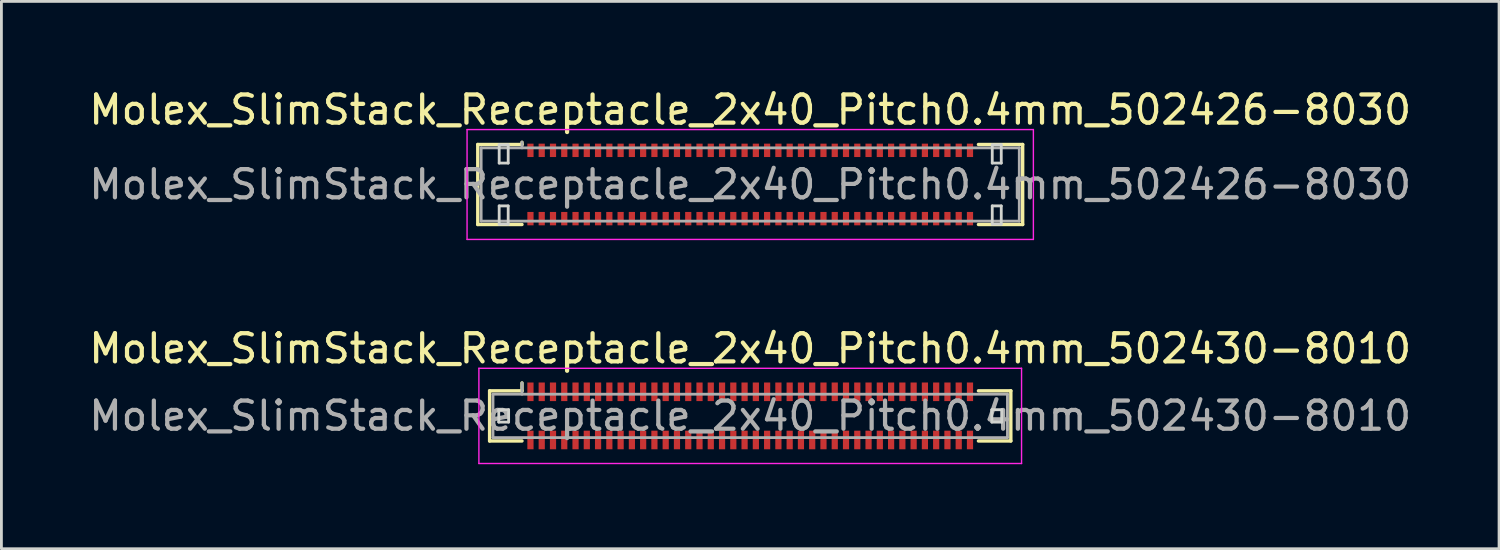
<source format=kicad_pcb>
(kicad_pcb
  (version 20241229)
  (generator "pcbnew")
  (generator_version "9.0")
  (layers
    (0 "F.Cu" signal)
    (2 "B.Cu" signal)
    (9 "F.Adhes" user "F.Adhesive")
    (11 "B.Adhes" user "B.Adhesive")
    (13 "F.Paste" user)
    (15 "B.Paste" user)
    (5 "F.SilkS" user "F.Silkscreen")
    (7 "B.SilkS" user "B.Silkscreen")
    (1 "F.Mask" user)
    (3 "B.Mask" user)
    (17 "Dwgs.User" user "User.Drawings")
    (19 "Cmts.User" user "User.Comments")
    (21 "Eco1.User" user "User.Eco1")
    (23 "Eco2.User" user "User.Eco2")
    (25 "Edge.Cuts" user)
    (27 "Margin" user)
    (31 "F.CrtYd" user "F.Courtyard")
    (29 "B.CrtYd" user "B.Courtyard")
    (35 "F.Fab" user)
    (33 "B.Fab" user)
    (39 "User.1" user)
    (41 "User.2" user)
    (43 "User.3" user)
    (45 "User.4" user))
  (footprint "Molex_SlimStack_Receptacle_2x40_Pitch0.4mm_502430-8010"
    (layer "F.Cu")
    (at 23.577 11.711)
    (property "Reference" "Molex_SlimStack_Receptacle_2x40_Pitch0.4mm_502430-8010" (at 0 -2.39 0) (layer "F.SilkS") (effects (font (size 1 1) (thickness 0.15))))
    (attr smd)
    (fp_line (start -9.25 -0.89) (end -8.1 -0.89) (stroke (width 0.12) (type solid)) (layer "F.SilkS"))
    (fp_line (start -9.25 0.89) (end -9.25 -0.89) (stroke (width 0.12) (type solid)) (layer "F.SilkS"))
    (fp_line (start -8.1 -0.89) (end -8.1 -1.17) (stroke (width 0.12) (type solid)) (layer "F.SilkS"))
    (fp_line (start -8.1 0.89) (end -9.25 0.89) (stroke (width 0.12) (type solid)) (layer "F.SilkS"))
    (fp_line (start 8.1 0.89) (end 9.25 0.89) (stroke (width 0.12) (type solid)) (layer "F.SilkS"))
    (fp_line (start 9.25 -0.89) (end 8.1 -0.89) (stroke (width 0.12) (type solid)) (layer "F.SilkS"))
    (fp_line (start 9.25 0.89) (end 9.25 -0.89) (stroke (width 0.12) (type solid)) (layer "F.SilkS"))
    (fp_line (start -8.925 -0.22) (end -8.925 0.22) (stroke (width 0.1) (type solid)) (layer "Edge.Cuts"))
    (fp_line (start -8.925 0.22) (end -8.575 0.22) (stroke (width 0.1) (type solid)) (layer "Edge.Cuts"))
    (fp_line (start -8.575 -0.22) (end -8.925 -0.22) (stroke (width 0.1) (type solid)) (layer "Edge.Cuts"))
    (fp_line (start -8.575 0.22) (end -8.575 -0.22) (stroke (width 0.1) (type solid)) (layer "Edge.Cuts"))
    (fp_line (start 8.575 -0.22) (end 8.575 0.22) (stroke (width 0.1) (type solid)) (layer "Edge.Cuts"))
    (fp_line (start 8.575 0.22) (end 8.925 0.22) (stroke (width 0.1) (type solid)) (layer "Edge.Cuts"))
    (fp_line (start 8.925 -0.22) (end 8.575 -0.22) (stroke (width 0.1) (type solid)) (layer "Edge.Cuts"))
    (fp_line (start 8.925 0.22) (end 8.925 -0.22) (stroke (width 0.1) (type solid)) (layer "Edge.Cuts"))
    (fp_line (start -9.63 -1.69) (end -9.63 1.69) (stroke (width 0.05) (type solid)) (layer "F.CrtYd"))
    (fp_line (start -9.63 1.69) (end 9.63 1.69) (stroke (width 0.05) (type solid)) (layer "F.CrtYd"))
    (fp_line (start 9.63 -1.69) (end -9.63 -1.69) (stroke (width 0.05) (type solid)) (layer "F.CrtYd"))
    (fp_line (start 9.63 1.69) (end 9.63 -1.69) (stroke (width 0.05) (type solid)) (layer "F.CrtYd"))
    (fp_line (start -9.13 -0.77) (end -9.13 0.77) (stroke (width 0.1) (type solid)) (layer "F.Fab"))
    (fp_line (start -9.13 0.77) (end 9.13 0.77) (stroke (width 0.1) (type solid)) (layer "F.Fab"))
    (fp_line (start -8.1 -0.77) (end -8.1 -1.17) (stroke (width 0.1) (type solid)) (layer "F.Fab"))
    (fp_line (start 9.13 -0.77) (end -9.13 -0.77) (stroke (width 0.1) (type solid)) (layer "F.Fab"))
    (fp_line (start 9.13 0.77) (end 9.13 -0.77) (stroke (width 0.1) (type solid)) (layer "F.Fab"))
    (fp_text user "${REFERENCE}" (at 0 0 0) (layer "F.Fab") (effects (font (size 1 1) (thickness 0.15))))
    (pad "1" smd rect (at -7.8 -0.855) (size 0.22 0.66) (layers "F.Cu" "F.Mask" "F.Paste"))
    (pad "2" smd rect (at -7.8 0.855) (size 0.22 0.66) (layers "F.Cu" "F.Mask" "F.Paste"))
    (pad "3" smd rect (at -7.4 -0.855) (size 0.22 0.66) (layers "F.Cu" "F.Mask" "F.Paste"))
    (pad "4" smd rect (at -7.4 0.855) (size 0.22 0.66) (layers "F.Cu" "F.Mask" "F.Paste"))
    (pad "5" smd rect (at -7 -0.855) (size 0.22 0.66) (layers "F.Cu" "F.Mask" "F.Paste"))
    (pad "6" smd rect (at -7 0.855) (size 0.22 0.66) (layers "F.Cu" "F.Mask" "F.Paste"))
    (pad "7" smd rect (at -6.6 -0.855) (size 0.22 0.66) (layers "F.Cu" "F.Mask" "F.Paste"))
    (pad "8" smd rect (at -6.6 0.855) (size 0.22 0.66) (layers "F.Cu" "F.Mask" "F.Paste"))
    (pad "9" smd rect (at -6.2 -0.855) (size 0.22 0.66) (layers "F.Cu" "F.Mask" "F.Paste"))
    (pad "10" smd rect (at -6.2 0.855) (size 0.22 0.66) (layers "F.Cu" "F.Mask" "F.Paste"))
    (pad "11" smd rect (at -5.8 -0.855) (size 0.22 0.66) (layers "F.Cu" "F.Mask" "F.Paste"))
    (pad "12" smd rect (at -5.8 0.855) (size 0.22 0.66) (layers "F.Cu" "F.Mask" "F.Paste"))
    (pad "13" smd rect (at -5.4 -0.855) (size 0.22 0.66) (layers "F.Cu" "F.Mask" "F.Paste"))
    (pad "14" smd rect (at -5.4 0.855) (size 0.22 0.66) (layers "F.Cu" "F.Mask" "F.Paste"))
    (pad "15" smd rect (at -5 -0.855) (size 0.22 0.66) (layers "F.Cu" "F.Mask" "F.Paste"))
    (pad "16" smd rect (at -5 0.855) (size 0.22 0.66) (layers "F.Cu" "F.Mask" "F.Paste"))
    (pad "17" smd rect (at -4.6 -0.855) (size 0.22 0.66) (layers "F.Cu" "F.Mask" "F.Paste"))
    (pad "18" smd rect (at -4.6 0.855) (size 0.22 0.66) (layers "F.Cu" "F.Mask" "F.Paste"))
    (pad "19" smd rect (at -4.2 -0.855) (size 0.22 0.66) (layers "F.Cu" "F.Mask" "F.Paste"))
    (pad "20" smd rect (at -4.2 0.855) (size 0.22 0.66) (layers "F.Cu" "F.Mask" "F.Paste"))
    (pad "21" smd rect (at -3.8 -0.855) (size 0.22 0.66) (layers "F.Cu" "F.Mask" "F.Paste"))
    (pad "22" smd rect (at -3.8 0.855) (size 0.22 0.66) (layers "F.Cu" "F.Mask" "F.Paste"))
    (pad "23" smd rect (at -3.4 -0.855) (size 0.22 0.66) (layers "F.Cu" "F.Mask" "F.Paste"))
    (pad "24" smd rect (at -3.4 0.855) (size 0.22 0.66) (layers "F.Cu" "F.Mask" "F.Paste"))
    (pad "25" smd rect (at -3 -0.855) (size 0.22 0.66) (layers "F.Cu" "F.Mask" "F.Paste"))
    (pad "26" smd rect (at -3 0.855) (size 0.22 0.66) (layers "F.Cu" "F.Mask" "F.Paste"))
    (pad "27" smd rect (at -2.6 -0.855) (size 0.22 0.66) (layers "F.Cu" "F.Mask" "F.Paste"))
    (pad "28" smd rect (at -2.6 0.855) (size 0.22 0.66) (layers "F.Cu" "F.Mask" "F.Paste"))
    (pad "29" smd rect (at -2.2 -0.855) (size 0.22 0.66) (layers "F.Cu" "F.Mask" "F.Paste"))
    (pad "30" smd rect (at -2.2 0.855) (size 0.22 0.66) (layers "F.Cu" "F.Mask" "F.Paste"))
    (pad "31" smd rect (at -1.8 -0.855) (size 0.22 0.66) (layers "F.Cu" "F.Mask" "F.Paste"))
    (pad "32" smd rect (at -1.8 0.855) (size 0.22 0.66) (layers "F.Cu" "F.Mask" "F.Paste"))
    (pad "33" smd rect (at -1.4 -0.855) (size 0.22 0.66) (layers "F.Cu" "F.Mask" "F.Paste"))
    (pad "34" smd rect (at -1.4 0.855) (size 0.22 0.66) (layers "F.Cu" "F.Mask" "F.Paste"))
    (pad "35" smd rect (at -1 -0.855) (size 0.22 0.66) (layers "F.Cu" "F.Mask" "F.Paste"))
    (pad "36" smd rect (at -1 0.855) (size 0.22 0.66) (layers "F.Cu" "F.Mask" "F.Paste"))
    (pad "37" smd rect (at -0.6 -0.855) (size 0.22 0.66) (layers "F.Cu" "F.Mask" "F.Paste"))
    (pad "38" smd rect (at -0.6 0.855) (size 0.22 0.66) (layers "F.Cu" "F.Mask" "F.Paste"))
    (pad "39" smd rect (at -0.2 -0.855) (size 0.22 0.66) (layers "F.Cu" "F.Mask" "F.Paste"))
    (pad "40" smd rect (at -0.2 0.855) (size 0.22 0.66) (layers "F.Cu" "F.Mask" "F.Paste"))
    (pad "41" smd rect (at 0.2 -0.855) (size 0.22 0.66) (layers "F.Cu" "F.Mask" "F.Paste"))
    (pad "42" smd rect (at 0.2 0.855) (size 0.22 0.66) (layers "F.Cu" "F.Mask" "F.Paste"))
    (pad "43" smd rect (at 0.6 -0.855) (size 0.22 0.66) (layers "F.Cu" "F.Mask" "F.Paste"))
    (pad "44" smd rect (at 0.6 0.855) (size 0.22 0.66) (layers "F.Cu" "F.Mask" "F.Paste"))
    (pad "45" smd rect (at 1 -0.855) (size 0.22 0.66) (layers "F.Cu" "F.Mask" "F.Paste"))
    (pad "46" smd rect (at 1 0.855) (size 0.22 0.66) (layers "F.Cu" "F.Mask" "F.Paste"))
    (pad "47" smd rect (at 1.4 -0.855) (size 0.22 0.66) (layers "F.Cu" "F.Mask" "F.Paste"))
    (pad "48" smd rect (at 1.4 0.855) (size 0.22 0.66) (layers "F.Cu" "F.Mask" "F.Paste"))
    (pad "49" smd rect (at 1.8 -0.855) (size 0.22 0.66) (layers "F.Cu" "F.Mask" "F.Paste"))
    (pad "50" smd rect (at 1.8 0.855) (size 0.22 0.66) (layers "F.Cu" "F.Mask" "F.Paste"))
    (pad "51" smd rect (at 2.2 -0.855) (size 0.22 0.66) (layers "F.Cu" "F.Mask" "F.Paste"))
    (pad "52" smd rect (at 2.2 0.855) (size 0.22 0.66) (layers "F.Cu" "F.Mask" "F.Paste"))
    (pad "53" smd rect (at 2.6 -0.855) (size 0.22 0.66) (layers "F.Cu" "F.Mask" "F.Paste"))
    (pad "54" smd rect (at 2.6 0.855) (size 0.22 0.66) (layers "F.Cu" "F.Mask" "F.Paste"))
    (pad "55" smd rect (at 3 -0.855) (size 0.22 0.66) (layers "F.Cu" "F.Mask" "F.Paste"))
    (pad "56" smd rect (at 3 0.855) (size 0.22 0.66) (layers "F.Cu" "F.Mask" "F.Paste"))
    (pad "57" smd rect (at 3.4 -0.855) (size 0.22 0.66) (layers "F.Cu" "F.Mask" "F.Paste"))
    (pad "58" smd rect (at 3.4 0.855) (size 0.22 0.66) (layers "F.Cu" "F.Mask" "F.Paste"))
    (pad "59" smd rect (at 3.8 -0.855) (size 0.22 0.66) (layers "F.Cu" "F.Mask" "F.Paste"))
    (pad "60" smd rect (at 3.8 0.855) (size 0.22 0.66) (layers "F.Cu" "F.Mask" "F.Paste"))
    (pad "61" smd rect (at 4.2 -0.855) (size 0.22 0.66) (layers "F.Cu" "F.Mask" "F.Paste"))
    (pad "62" smd rect (at 4.2 0.855) (size 0.22 0.66) (layers "F.Cu" "F.Mask" "F.Paste"))
    (pad "63" smd rect (at 4.6 -0.855) (size 0.22 0.66) (layers "F.Cu" "F.Mask" "F.Paste"))
    (pad "64" smd rect (at 4.6 0.855) (size 0.22 0.66) (layers "F.Cu" "F.Mask" "F.Paste"))
    (pad "65" smd rect (at 5 -0.855) (size 0.22 0.66) (layers "F.Cu" "F.Mask" "F.Paste"))
    (pad "66" smd rect (at 5 0.855) (size 0.22 0.66) (layers "F.Cu" "F.Mask" "F.Paste"))
    (pad "67" smd rect (at 5.4 -0.855) (size 0.22 0.66) (layers "F.Cu" "F.Mask" "F.Paste"))
    (pad "68" smd rect (at 5.4 0.855) (size 0.22 0.66) (layers "F.Cu" "F.Mask" "F.Paste"))
    (pad "69" smd rect (at 5.8 -0.855) (size 0.22 0.66) (layers "F.Cu" "F.Mask" "F.Paste"))
    (pad "70" smd rect (at 5.8 0.855) (size 0.22 0.66) (layers "F.Cu" "F.Mask" "F.Paste"))
    (pad "71" smd rect (at 6.2 -0.855) (size 0.22 0.66) (layers "F.Cu" "F.Mask" "F.Paste"))
    (pad "72" smd rect (at 6.2 0.855) (size 0.22 0.66) (layers "F.Cu" "F.Mask" "F.Paste"))
    (pad "73" smd rect (at 6.6 -0.855) (size 0.22 0.66) (layers "F.Cu" "F.Mask" "F.Paste"))
    (pad "74" smd rect (at 6.6 0.855) (size 0.22 0.66) (layers "F.Cu" "F.Mask" "F.Paste"))
    (pad "75" smd rect (at 7 -0.855) (size 0.22 0.66) (layers "F.Cu" "F.Mask" "F.Paste"))
    (pad "76" smd rect (at 7 0.855) (size 0.22 0.66) (layers "F.Cu" "F.Mask" "F.Paste"))
    (pad "77" smd rect (at 7.4 -0.855) (size 0.22 0.66) (layers "F.Cu" "F.Mask" "F.Paste"))
    (pad "78" smd rect (at 7.4 0.855) (size 0.22 0.66) (layers "F.Cu" "F.Mask" "F.Paste"))
    (pad "79" smd rect (at 7.8 -0.855) (size 0.22 0.66) (layers "F.Cu" "F.Mask" "F.Paste"))
    (pad "80" smd rect (at 7.8 0.855) (size 0.22 0.66) (layers "F.Cu" "F.Mask" "F.Paste")))
  (footprint "Molex_SlimStack_Receptacle_2x40_Pitch0.4mm_502426-8030"
    (layer "F.Cu")
    (at 23.577 3.498)
    (property "Reference" "Molex_SlimStack_Receptacle_2x40_Pitch0.4mm_502426-8030" (at 0 -2.65 0) (layer "F.SilkS") (effects (font (size 1 1) (thickness 0.15))))
    (attr smd)
    (fp_line (start -9.67 -1.42) (end -8.1 -1.42) (stroke (width 0.12) (type solid)) (layer "F.SilkS"))
    (fp_line (start -9.67 1.42) (end -9.67 -1.42) (stroke (width 0.12) (type solid)) (layer "F.SilkS"))
    (fp_line (start -8.1 -1.42) (end -8.1 -1.5) (stroke (width 0.12) (type solid)) (layer "F.SilkS"))
    (fp_line (start -8.1 1.42) (end -9.67 1.42) (stroke (width 0.12) (type solid)) (layer "F.SilkS"))
    (fp_line (start 8.1 1.42) (end 9.67 1.42) (stroke (width 0.12) (type solid)) (layer "F.SilkS"))
    (fp_line (start 9.67 -1.42) (end 8.1 -1.42) (stroke (width 0.12) (type solid)) (layer "F.SilkS"))
    (fp_line (start 9.67 1.42) (end 9.67 -1.42) (stroke (width 0.12) (type solid)) (layer "F.SilkS"))
    (fp_line (start -8.91 -1.41) (end -8.91 -0.76) (stroke (width 0.1) (type solid)) (layer "Edge.Cuts"))
    (fp_line (start -8.91 -0.76) (end -8.59 -0.76) (stroke (width 0.1) (type solid)) (layer "Edge.Cuts"))
    (fp_line (start -8.91 0.76) (end -8.91 1.41) (stroke (width 0.1) (type solid)) (layer "Edge.Cuts"))
    (fp_line (start -8.91 1.41) (end -8.59 1.41) (stroke (width 0.1) (type solid)) (layer "Edge.Cuts"))
    (fp_line (start -8.59 -1.41) (end -8.91 -1.41) (stroke (width 0.1) (type solid)) (layer "Edge.Cuts"))
    (fp_line (start -8.59 -0.76) (end -8.59 -1.41) (stroke (width 0.1) (type solid)) (layer "Edge.Cuts"))
    (fp_line (start -8.59 0.76) (end -8.91 0.76) (stroke (width 0.1) (type solid)) (layer "Edge.Cuts"))
    (fp_line (start -8.59 1.41) (end -8.59 0.76) (stroke (width 0.1) (type solid)) (layer "Edge.Cuts"))
    (fp_line (start 8.59 -1.41) (end 8.59 -0.76) (stroke (width 0.1) (type solid)) (layer "Edge.Cuts"))
    (fp_line (start 8.59 -0.76) (end 8.91 -0.76) (stroke (width 0.1) (type solid)) (layer "Edge.Cuts"))
    (fp_line (start 8.59 0.76) (end 8.59 1.41) (stroke (width 0.1) (type solid)) (layer "Edge.Cuts"))
    (fp_line (start 8.59 1.41) (end 8.91 1.41) (stroke (width 0.1) (type solid)) (layer "Edge.Cuts"))
    (fp_line (start 8.91 -1.41) (end 8.59 -1.41) (stroke (width 0.1) (type solid)) (layer "Edge.Cuts"))
    (fp_line (start 8.91 -0.76) (end 8.91 -1.41) (stroke (width 0.1) (type solid)) (layer "Edge.Cuts"))
    (fp_line (start 8.91 0.76) (end 8.59 0.76) (stroke (width 0.1) (type solid)) (layer "Edge.Cuts"))
    (fp_line (start 8.91 1.41) (end 8.91 0.76) (stroke (width 0.1) (type solid)) (layer "Edge.Cuts"))
    (fp_line (start -10.05 -1.95) (end -10.05 1.95) (stroke (width 0.05) (type solid)) (layer "F.CrtYd"))
    (fp_line (start -10.05 1.95) (end 10.05 1.95) (stroke (width 0.05) (type solid)) (layer "F.CrtYd"))
    (fp_line (start 10.05 -1.95) (end -10.05 -1.95) (stroke (width 0.05) (type solid)) (layer "F.CrtYd"))
    (fp_line (start 10.05 1.95) (end 10.05 -1.95) (stroke (width 0.05) (type solid)) (layer "F.CrtYd"))
    (fp_line (start -9.55 -1.3) (end -9.55 1.3) (stroke (width 0.1) (type solid)) (layer "F.Fab"))
    (fp_line (start -9.55 1.3) (end 9.55 1.3) (stroke (width 0.1) (type solid)) (layer "F.Fab"))
    (fp_line (start -8.1 -1.3) (end -8.1 -1.5) (stroke (width 0.1) (type solid)) (layer "F.Fab"))
    (fp_line (start 9.55 -1.3) (end -9.55 -1.3) (stroke (width 0.1) (type solid)) (layer "F.Fab"))
    (fp_line (start 9.55 1.3) (end 9.55 -1.3) (stroke (width 0.1) (type solid)) (layer "F.Fab"))
    (fp_text user "${REFERENCE}" (at 0 0 0) (layer "F.Fab") (effects (font (size 1 1) (thickness 0.15))))
    (pad "1" smd rect (at -7.8 -1.212) (size 0.22 0.475) (layers "F.Cu" "F.Mask" "F.Paste"))
    (pad "2" smd rect (at -7.8 1.212) (size 0.22 0.475) (layers "F.Cu" "F.Mask" "F.Paste"))
    (pad "3" smd rect (at -7.4 -1.212) (size 0.22 0.475) (layers "F.Cu" "F.Mask" "F.Paste"))
    (pad "4" smd rect (at -7.4 1.212) (size 0.22 0.475) (layers "F.Cu" "F.Mask" "F.Paste"))
    (pad "5" smd rect (at -7 -1.212) (size 0.22 0.475) (layers "F.Cu" "F.Mask" "F.Paste"))
    (pad "6" smd rect (at -7 1.212) (size 0.22 0.475) (layers "F.Cu" "F.Mask" "F.Paste"))
    (pad "7" smd rect (at -6.6 -1.212) (size 0.22 0.475) (layers "F.Cu" "F.Mask" "F.Paste"))
    (pad "8" smd rect (at -6.6 1.212) (size 0.22 0.475) (layers "F.Cu" "F.Mask" "F.Paste"))
    (pad "9" smd rect (at -6.2 -1.212) (size 0.22 0.475) (layers "F.Cu" "F.Mask" "F.Paste"))
    (pad "10" smd rect (at -6.2 1.212) (size 0.22 0.475) (layers "F.Cu" "F.Mask" "F.Paste"))
    (pad "11" smd rect (at -5.8 -1.212) (size 0.22 0.475) (layers "F.Cu" "F.Mask" "F.Paste"))
    (pad "12" smd rect (at -5.8 1.212) (size 0.22 0.475) (layers "F.Cu" "F.Mask" "F.Paste"))
    (pad "13" smd rect (at -5.4 -1.212) (size 0.22 0.475) (layers "F.Cu" "F.Mask" "F.Paste"))
    (pad "14" smd rect (at -5.4 1.212) (size 0.22 0.475) (layers "F.Cu" "F.Mask" "F.Paste"))
    (pad "15" smd rect (at -5 -1.212) (size 0.22 0.475) (layers "F.Cu" "F.Mask" "F.Paste"))
    (pad "16" smd rect (at -5 1.212) (size 0.22 0.475) (layers "F.Cu" "F.Mask" "F.Paste"))
    (pad "17" smd rect (at -4.6 -1.212) (size 0.22 0.475) (layers "F.Cu" "F.Mask" "F.Paste"))
    (pad "18" smd rect (at -4.6 1.212) (size 0.22 0.475) (layers "F.Cu" "F.Mask" "F.Paste"))
    (pad "19" smd rect (at -4.2 -1.212) (size 0.22 0.475) (layers "F.Cu" "F.Mask" "F.Paste"))
    (pad "20" smd rect (at -4.2 1.212) (size 0.22 0.475) (layers "F.Cu" "F.Mask" "F.Paste"))
    (pad "21" smd rect (at -3.8 -1.212) (size 0.22 0.475) (layers "F.Cu" "F.Mask" "F.Paste"))
    (pad "22" smd rect (at -3.8 1.212) (size 0.22 0.475) (layers "F.Cu" "F.Mask" "F.Paste"))
    (pad "23" smd rect (at -3.4 -1.212) (size 0.22 0.475) (layers "F.Cu" "F.Mask" "F.Paste"))
    (pad "24" smd rect (at -3.4 1.212) (size 0.22 0.475) (layers "F.Cu" "F.Mask" "F.Paste"))
    (pad "25" smd rect (at -3 -1.212) (size 0.22 0.475) (layers "F.Cu" "F.Mask" "F.Paste"))
    (pad "26" smd rect (at -3 1.212) (size 0.22 0.475) (layers "F.Cu" "F.Mask" "F.Paste"))
    (pad "27" smd rect (at -2.6 -1.212) (size 0.22 0.475) (layers "F.Cu" "F.Mask" "F.Paste"))
    (pad "28" smd rect (at -2.6 1.212) (size 0.22 0.475) (layers "F.Cu" "F.Mask" "F.Paste"))
    (pad "29" smd rect (at -2.2 -1.212) (size 0.22 0.475) (layers "F.Cu" "F.Mask" "F.Paste"))
    (pad "30" smd rect (at -2.2 1.212) (size 0.22 0.475) (layers "F.Cu" "F.Mask" "F.Paste"))
    (pad "31" smd rect (at -1.8 -1.212) (size 0.22 0.475) (layers "F.Cu" "F.Mask" "F.Paste"))
    (pad "32" smd rect (at -1.8 1.212) (size 0.22 0.475) (layers "F.Cu" "F.Mask" "F.Paste"))
    (pad "33" smd rect (at -1.4 -1.212) (size 0.22 0.475) (layers "F.Cu" "F.Mask" "F.Paste"))
    (pad "34" smd rect (at -1.4 1.212) (size 0.22 0.475) (layers "F.Cu" "F.Mask" "F.Paste"))
    (pad "35" smd rect (at -1 -1.212) (size 0.22 0.475) (layers "F.Cu" "F.Mask" "F.Paste"))
    (pad "36" smd rect (at -1 1.212) (size 0.22 0.475) (layers "F.Cu" "F.Mask" "F.Paste"))
    (pad "37" smd rect (at -0.6 -1.212) (size 0.22 0.475) (layers "F.Cu" "F.Mask" "F.Paste"))
    (pad "38" smd rect (at -0.6 1.212) (size 0.22 0.475) (layers "F.Cu" "F.Mask" "F.Paste"))
    (pad "39" smd rect (at -0.2 -1.212) (size 0.22 0.475) (layers "F.Cu" "F.Mask" "F.Paste"))
    (pad "40" smd rect (at -0.2 1.212) (size 0.22 0.475) (layers "F.Cu" "F.Mask" "F.Paste"))
    (pad "41" smd rect (at 0.2 -1.212) (size 0.22 0.475) (layers "F.Cu" "F.Mask" "F.Paste"))
    (pad "42" smd rect (at 0.2 1.212) (size 0.22 0.475) (layers "F.Cu" "F.Mask" "F.Paste"))
    (pad "43" smd rect (at 0.6 -1.212) (size 0.22 0.475) (layers "F.Cu" "F.Mask" "F.Paste"))
    (pad "44" smd rect (at 0.6 1.212) (size 0.22 0.475) (layers "F.Cu" "F.Mask" "F.Paste"))
    (pad "45" smd rect (at 1 -1.212) (size 0.22 0.475) (layers "F.Cu" "F.Mask" "F.Paste"))
    (pad "46" smd rect (at 1 1.212) (size 0.22 0.475) (layers "F.Cu" "F.Mask" "F.Paste"))
    (pad "47" smd rect (at 1.4 -1.212) (size 0.22 0.475) (layers "F.Cu" "F.Mask" "F.Paste"))
    (pad "48" smd rect (at 1.4 1.212) (size 0.22 0.475) (layers "F.Cu" "F.Mask" "F.Paste"))
    (pad "49" smd rect (at 1.8 -1.212) (size 0.22 0.475) (layers "F.Cu" "F.Mask" "F.Paste"))
    (pad "50" smd rect (at 1.8 1.212) (size 0.22 0.475) (layers "F.Cu" "F.Mask" "F.Paste"))
    (pad "51" smd rect (at 2.2 -1.212) (size 0.22 0.475) (layers "F.Cu" "F.Mask" "F.Paste"))
    (pad "52" smd rect (at 2.2 1.212) (size 0.22 0.475) (layers "F.Cu" "F.Mask" "F.Paste"))
    (pad "53" smd rect (at 2.6 -1.212) (size 0.22 0.475) (layers "F.Cu" "F.Mask" "F.Paste"))
    (pad "54" smd rect (at 2.6 1.212) (size 0.22 0.475) (layers "F.Cu" "F.Mask" "F.Paste"))
    (pad "55" smd rect (at 3 -1.212) (size 0.22 0.475) (layers "F.Cu" "F.Mask" "F.Paste"))
    (pad "56" smd rect (at 3 1.212) (size 0.22 0.475) (layers "F.Cu" "F.Mask" "F.Paste"))
    (pad "57" smd rect (at 3.4 -1.212) (size 0.22 0.475) (layers "F.Cu" "F.Mask" "F.Paste"))
    (pad "58" smd rect (at 3.4 1.212) (size 0.22 0.475) (layers "F.Cu" "F.Mask" "F.Paste"))
    (pad "59" smd rect (at 3.8 -1.212) (size 0.22 0.475) (layers "F.Cu" "F.Mask" "F.Paste"))
    (pad "60" smd rect (at 3.8 1.212) (size 0.22 0.475) (layers "F.Cu" "F.Mask" "F.Paste"))
    (pad "61" smd rect (at 4.2 -1.212) (size 0.22 0.475) (layers "F.Cu" "F.Mask" "F.Paste"))
    (pad "62" smd rect (at 4.2 1.212) (size 0.22 0.475) (layers "F.Cu" "F.Mask" "F.Paste"))
    (pad "63" smd rect (at 4.6 -1.212) (size 0.22 0.475) (layers "F.Cu" "F.Mask" "F.Paste"))
    (pad "64" smd rect (at 4.6 1.212) (size 0.22 0.475) (layers "F.Cu" "F.Mask" "F.Paste"))
    (pad "65" smd rect (at 5 -1.212) (size 0.22 0.475) (layers "F.Cu" "F.Mask" "F.Paste"))
    (pad "66" smd rect (at 5 1.212) (size 0.22 0.475) (layers "F.Cu" "F.Mask" "F.Paste"))
    (pad "67" smd rect (at 5.4 -1.212) (size 0.22 0.475) (layers "F.Cu" "F.Mask" "F.Paste"))
    (pad "68" smd rect (at 5.4 1.212) (size 0.22 0.475) (layers "F.Cu" "F.Mask" "F.Paste"))
    (pad "69" smd rect (at 5.8 -1.212) (size 0.22 0.475) (layers "F.Cu" "F.Mask" "F.Paste"))
    (pad "70" smd rect (at 5.8 1.212) (size 0.22 0.475) (layers "F.Cu" "F.Mask" "F.Paste"))
    (pad "71" smd rect (at 6.2 -1.212) (size 0.22 0.475) (layers "F.Cu" "F.Mask" "F.Paste"))
    (pad "72" smd rect (at 6.2 1.212) (size 0.22 0.475) (layers "F.Cu" "F.Mask" "F.Paste"))
    (pad "73" smd rect (at 6.6 -1.212) (size 0.22 0.475) (layers "F.Cu" "F.Mask" "F.Paste"))
    (pad "74" smd rect (at 6.6 1.212) (size 0.22 0.475) (layers "F.Cu" "F.Mask" "F.Paste"))
    (pad "75" smd rect (at 7 -1.212) (size 0.22 0.475) (layers "F.Cu" "F.Mask" "F.Paste"))
    (pad "76" smd rect (at 7 1.212) (size 0.22 0.475) (layers "F.Cu" "F.Mask" "F.Paste"))
    (pad "77" smd rect (at 7.4 -1.212) (size 0.22 0.475) (layers "F.Cu" "F.Mask" "F.Paste"))
    (pad "78" smd rect (at 7.4 1.212) (size 0.22 0.475) (layers "F.Cu" "F.Mask" "F.Paste"))
    (pad "79" smd rect (at 7.8 -1.212) (size 0.22 0.475) (layers "F.Cu" "F.Mask" "F.Paste"))
    (pad "80" smd rect (at 7.8 1.212) (size 0.22 0.475) (layers "F.Cu" "F.Mask" "F.Paste")))
  (gr_rect
    (start -3 -3)
    (end 50.155 16.427)
    (stroke (width 0.1) (type default))
    (fill no)
    (layer "Edge.Cuts")))
</source>
